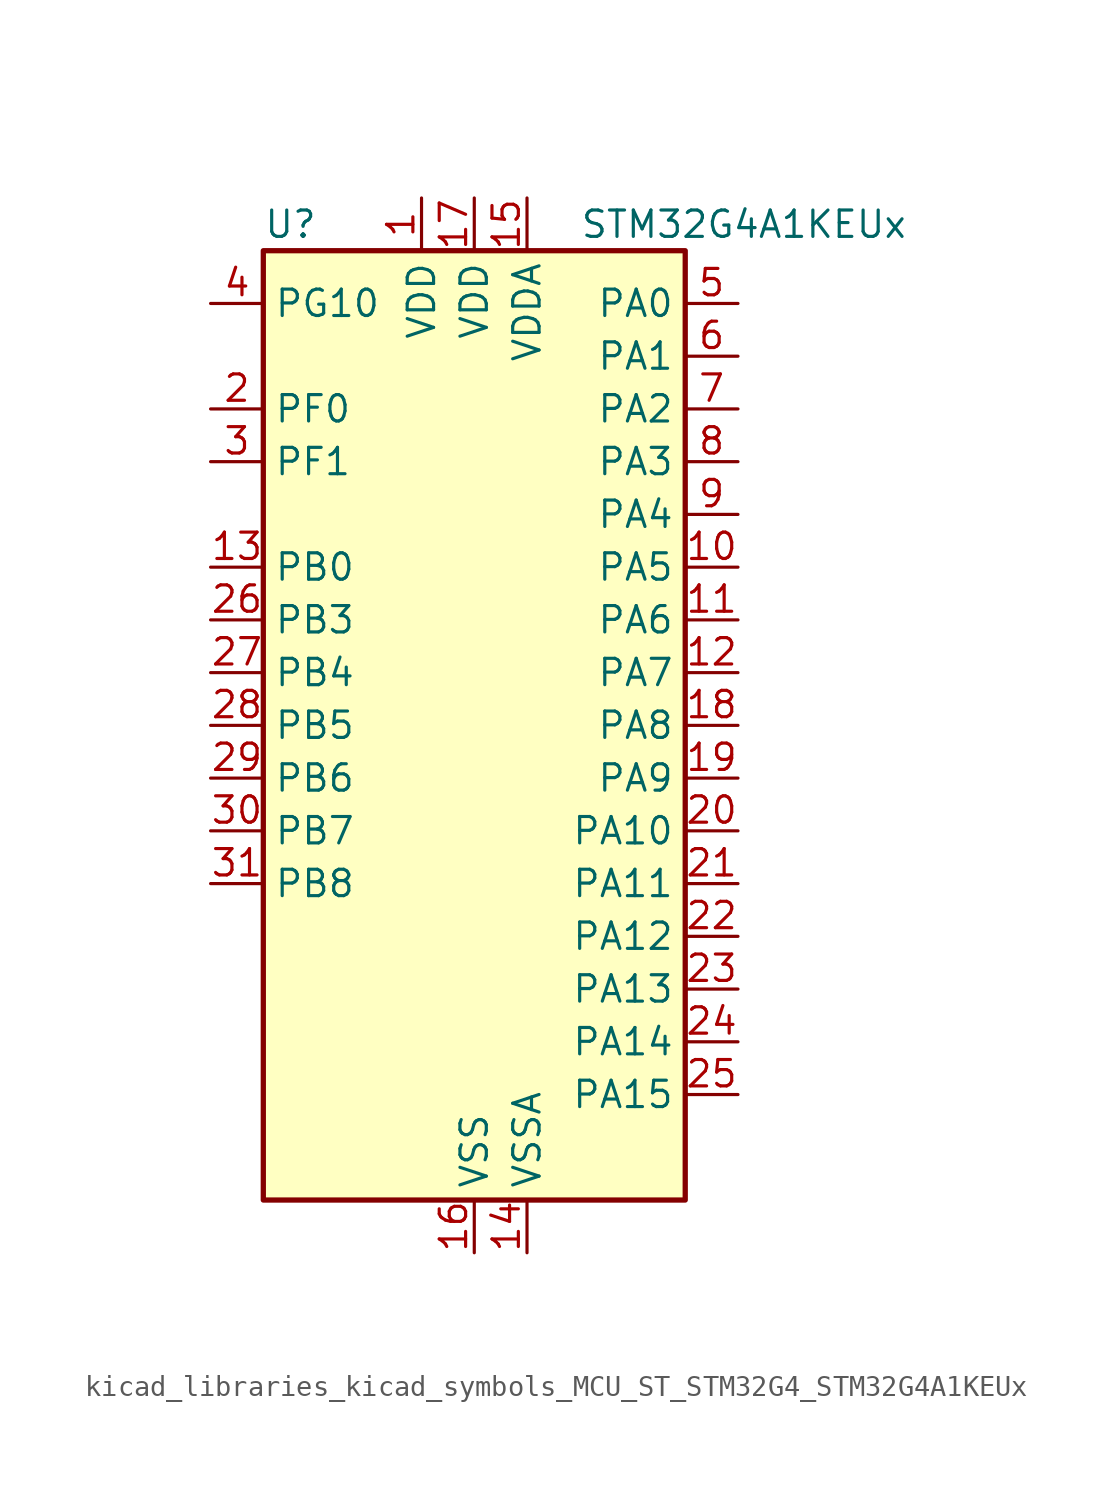
<source format=kicad_sym>
(kicad_symbol_lib
  (version 20220914)
  (generator kicad_symbol_editor)
  (symbol "kicad_libraries_kicad_symbols_MCU_ST_STM32G4_STM32G4A1KEUx"
    (property "Reference" "U"
      (at -10.16 24.13 0)
      (effects (font (size 1.27 1.27)) (justify left)))
    (property "Value" "STM32G4A1KEUx"
      (at 5.08 24.13 0)
      (effects (font (size 1.27 1.27)) (justify left)))
    (property "ki_locked" ""
      (at 0 0 0)
      (effects (font (size 1.27 1.27))))
    (symbol "kicad_libraries_kicad_symbols_MCU_ST_STM32G4_STM32G4A1KEUx_0_1"
      (rectangle (start -10.16 -22.86) (end 10.16 22.86) (stroke (width 0.254) (type default)) (fill (type background))))
    (symbol "kicad_libraries_kicad_symbols_MCU_ST_STM32G4_STM32G4A1KEUx_1_1"
      (pin power_in line (at -2.54 25.4 270) (length 2.54) (name "VDD" (effects (font (size 1.27 1.27)))) (number "1" (effects (font (size 1.27 1.27)))))
      (pin bidirectional line (at 12.7 7.62 180) (length 2.54) (name "PA5" (effects (font (size 1.27 1.27)))) (number "10" (effects (font (size 1.27 1.27)))) (alternate "ADC2_IN13" bidirectional line) (alternate "COMP2_INM" bidirectional line) (alternate "DAC1_OUT2" bidirectional line) (alternate "OPAMP2_VINM" bidirectional line) (alternate "OPAMP2_VINM0" bidirectional line) (alternate "OPAMP2_VINM_SEC" bidirectional line) (alternate "SPI1_SCK" bidirectional line) (alternate "TIM2_CH1" bidirectional line) (alternate "TIM2_ETR" bidirectional line) (alternate "UCPD1_FRSTX1" bidirectional line) (alternate "UCPD1_FRSTX2" bidirectional line))
      (pin bidirectional line (at 12.7 5.08 180) (length 2.54) (name "PA6" (effects (font (size 1.27 1.27)))) (number "11" (effects (font (size 1.27 1.27)))) (alternate "ADC2_IN3" bidirectional line) (alternate "COMP1_OUT" bidirectional line) (alternate "LPUART1_CTS" bidirectional line) (alternate "OPAMP2_VOUT" bidirectional line) (alternate "QUADSPI1_BK1_IO3" bidirectional line) (alternate "SPI1_MISO" bidirectional line) (alternate "TIM16_CH1" bidirectional line) (alternate "TIM1_BKIN" bidirectional line) (alternate "TIM3_CH1" bidirectional line) (alternate "TIM8_BKIN" bidirectional line))
      (pin bidirectional line (at 12.7 2.54 180) (length 2.54) (name "PA7" (effects (font (size 1.27 1.27)))) (number "12" (effects (font (size 1.27 1.27)))) (alternate "ADC2_IN4" bidirectional line) (alternate "COMP2_INP" bidirectional line) (alternate "COMP2_OUT" bidirectional line) (alternate "OPAMP1_VINP" bidirectional line) (alternate "OPAMP1_VINP_SEC" bidirectional line) (alternate "OPAMP2_VINP" bidirectional line) (alternate "OPAMP2_VINP_SEC" bidirectional line) (alternate "QUADSPI1_BK1_IO2" bidirectional line) (alternate "SPI1_MOSI" bidirectional line) (alternate "TIM17_CH1" bidirectional line) (alternate "TIM1_CH1N" bidirectional line) (alternate "TIM3_CH2" bidirectional line) (alternate "TIM8_CH1N" bidirectional line) (alternate "UCPD1_FRSTX1" bidirectional line) (alternate "UCPD1_FRSTX2" bidirectional line))
      (pin bidirectional line (at -12.7 7.62 0) (length 2.54) (name "PB0" (effects (font (size 1.27 1.27)))) (number "13" (effects (font (size 1.27 1.27)))) (alternate "ADC1_IN15" bidirectional line) (alternate "ADC3_IN12" bidirectional line) (alternate "COMP4_INP" bidirectional line) (alternate "OPAMP2_VINP" bidirectional line) (alternate "OPAMP2_VINP_SEC" bidirectional line) (alternate "OPAMP3_VINP" bidirectional line) (alternate "OPAMP3_VINP_SEC" bidirectional line) (alternate "QUADSPI1_BK1_IO1" bidirectional line) (alternate "TIM1_CH2N" bidirectional line) (alternate "TIM3_CH3" bidirectional line) (alternate "TIM8_CH2N" bidirectional line) (alternate "UCPD1_FRSTX1" bidirectional line) (alternate "UCPD1_FRSTX2" bidirectional line))
      (pin power_in line (at 2.54 -25.4 90) (length 2.54) (name "VSSA" (effects (font (size 1.27 1.27)))) (number "14" (effects (font (size 1.27 1.27)))))
      (pin power_in line (at 2.54 25.4 270) (length 2.54) (name "VDDA" (effects (font (size 1.27 1.27)))) (number "15" (effects (font (size 1.27 1.27)))))
      (pin power_in line (at 0 -25.4 90) (length 2.54) (name "VSS" (effects (font (size 1.27 1.27)))) (number "16" (effects (font (size 1.27 1.27)))))
      (pin power_in line (at 0 25.4 270) (length 2.54) (name "VDD" (effects (font (size 1.27 1.27)))) (number "17" (effects (font (size 1.27 1.27)))))
      (pin bidirectional line (at 12.7 0 180) (length 2.54) (name "PA8" (effects (font (size 1.27 1.27)))) (number "18" (effects (font (size 1.27 1.27)))) (alternate "I2C2_SDA" bidirectional line) (alternate "I2C3_SCL" bidirectional line) (alternate "I2S2_MCK" bidirectional line) (alternate "RCC_MCO" bidirectional line) (alternate "SAI1_CK2" bidirectional line) (alternate "SAI1_SCK_A" bidirectional line) (alternate "TIM1_CH1" bidirectional line) (alternate "TIM4_ETR" bidirectional line) (alternate "USART1_CK" bidirectional line))
      (pin bidirectional line (at 12.7 -2.54 180) (length 2.54) (name "PA9" (effects (font (size 1.27 1.27)))) (number "19" (effects (font (size 1.27 1.27)))) (alternate "DAC1_EXTI9" bidirectional line) (alternate "DAC3_EXTI9" bidirectional line) (alternate "I2C2_SCL" bidirectional line) (alternate "I2C3_SMBA" bidirectional line) (alternate "I2S3_MCK" bidirectional line) (alternate "SAI1_FS_A" bidirectional line) (alternate "TIM15_BKIN" bidirectional line) (alternate "TIM1_CH2" bidirectional line) (alternate "TIM2_CH3" bidirectional line) (alternate "UCPD1_DBCC1" bidirectional line) (alternate "USART1_TX" bidirectional line))
      (pin bidirectional line (at -12.7 15.24 0) (length 2.54) (name "PF0" (effects (font (size 1.27 1.27)))) (number "2" (effects (font (size 1.27 1.27)))) (alternate "ADC1_IN10" bidirectional line) (alternate "I2C2_SDA" bidirectional line) (alternate "I2S2_WS" bidirectional line) (alternate "RCC_OSC_IN" bidirectional line) (alternate "SPI2_NSS" bidirectional line) (alternate "TIM1_CH3N" bidirectional line))
      (pin bidirectional line (at 12.7 -5.08 180) (length 2.54) (name "PA10" (effects (font (size 1.27 1.27)))) (number "20" (effects (font (size 1.27 1.27)))) (alternate "CRS_SYNC" bidirectional line) (alternate "DAC1_EXTI10" bidirectional line) (alternate "DAC3_EXTI10" bidirectional line) (alternate "I2C2_SMBA" bidirectional line) (alternate "SAI1_D1" bidirectional line) (alternate "SAI1_SD_A" bidirectional line) (alternate "SPI2_MISO" bidirectional line) (alternate "TIM17_BKIN" bidirectional line) (alternate "TIM1_CH3" bidirectional line) (alternate "TIM2_CH4" bidirectional line) (alternate "TIM8_BKIN" bidirectional line) (alternate "UCPD1_DBCC2" bidirectional line) (alternate "USART1_RX" bidirectional line))
      (pin bidirectional line (at 12.7 -7.62 180) (length 2.54) (name "PA11" (effects (font (size 1.27 1.27)))) (number "21" (effects (font (size 1.27 1.27)))) (alternate "ADC1_EXTI11" bidirectional line) (alternate "ADC2_EXTI11" bidirectional line) (alternate "COMP1_OUT" bidirectional line) (alternate "FDCAN1_RX" bidirectional line) (alternate "I2S2_SD" bidirectional line) (alternate "SPI2_MOSI" bidirectional line) (alternate "TIM1_BKIN2" bidirectional line) (alternate "TIM1_CH1N" bidirectional line) (alternate "TIM1_CH4" bidirectional line) (alternate "TIM4_CH1" bidirectional line) (alternate "USART1_CTS" bidirectional line) (alternate "USART1_NSS" bidirectional line) (alternate "USB_DM" bidirectional line))
      (pin bidirectional line (at 12.7 -10.16 180) (length 2.54) (name "PA12" (effects (font (size 1.27 1.27)))) (number "22" (effects (font (size 1.27 1.27)))) (alternate "COMP2_OUT" bidirectional line) (alternate "FDCAN1_TX" bidirectional line) (alternate "I2S_CKIN" bidirectional line) (alternate "TIM16_CH1" bidirectional line) (alternate "TIM1_CH2N" bidirectional line) (alternate "TIM1_ETR" bidirectional line) (alternate "TIM4_CH2" bidirectional line) (alternate "USART1_DE" bidirectional line) (alternate "USART1_RTS" bidirectional line) (alternate "USB_DP" bidirectional line))
      (pin bidirectional line (at 12.7 -12.7 180) (length 2.54) (name "PA13" (effects (font (size 1.27 1.27)))) (number "23" (effects (font (size 1.27 1.27)))) (alternate "I2C1_SCL" bidirectional line) (alternate "IR_OUT" bidirectional line) (alternate "SAI1_SD_B" bidirectional line) (alternate "SYS_JTMS-SWDIO" bidirectional line) (alternate "TIM16_CH1N" bidirectional line) (alternate "TIM4_CH3" bidirectional line))
      (pin bidirectional line (at 12.7 -15.24 180) (length 2.54) (name "PA14" (effects (font (size 1.27 1.27)))) (number "24" (effects (font (size 1.27 1.27)))) (alternate "I2C1_SDA" bidirectional line) (alternate "LPTIM1_OUT" bidirectional line) (alternate "SAI1_FS_B" bidirectional line) (alternate "SYS_JTCK-SWCLK" bidirectional line) (alternate "TIM1_BKIN" bidirectional line) (alternate "TIM8_CH2" bidirectional line) (alternate "USART2_TX" bidirectional line))
      (pin bidirectional line (at 12.7 -17.78 180) (length 2.54) (name "PA15" (effects (font (size 1.27 1.27)))) (number "25" (effects (font (size 1.27 1.27)))) (alternate "ADC1_EXTI15" bidirectional line) (alternate "ADC2_EXTI15" bidirectional line) (alternate "I2C1_SCL" bidirectional line) (alternate "I2S3_WS" bidirectional line) (alternate "SPI1_NSS" bidirectional line) (alternate "SPI3_NSS" bidirectional line) (alternate "SYS_JTDI" bidirectional line) (alternate "TIM1_BKIN" bidirectional line) (alternate "TIM20_ETR" bidirectional line) (alternate "TIM2_CH1" bidirectional line) (alternate "TIM2_ETR" bidirectional line) (alternate "TIM8_CH1" bidirectional line) (alternate "USART2_RX" bidirectional line))
      (pin bidirectional line (at -12.7 5.08 0) (length 2.54) (name "PB3" (effects (font (size 1.27 1.27)))) (number "26" (effects (font (size 1.27 1.27)))) (alternate "ADC3_EXTI3" bidirectional line) (alternate "CRS_SYNC" bidirectional line) (alternate "I2S3_CK" bidirectional line) (alternate "SAI1_SCK_B" bidirectional line) (alternate "SPI1_SCK" bidirectional line) (alternate "SPI3_SCK" bidirectional line) (alternate "SYS_JTDO-SWO" bidirectional line) (alternate "TIM2_CH2" bidirectional line) (alternate "TIM3_ETR" bidirectional line) (alternate "TIM4_ETR" bidirectional line) (alternate "TIM8_CH1N" bidirectional line) (alternate "USART2_TX" bidirectional line))
      (pin bidirectional line (at -12.7 2.54 0) (length 2.54) (name "PB4" (effects (font (size 1.27 1.27)))) (number "27" (effects (font (size 1.27 1.27)))) (alternate "SAI1_MCLK_B" bidirectional line) (alternate "SPI1_MISO" bidirectional line) (alternate "SPI3_MISO" bidirectional line) (alternate "SYS_JTRST" bidirectional line) (alternate "TIM16_CH1" bidirectional line) (alternate "TIM17_BKIN" bidirectional line) (alternate "TIM3_CH1" bidirectional line) (alternate "TIM8_CH2N" bidirectional line) (alternate "UCPD1_CC2" bidirectional line) (alternate "USART2_RX" bidirectional line))
      (pin bidirectional line (at -12.7 0 0) (length 2.54) (name "PB5" (effects (font (size 1.27 1.27)))) (number "28" (effects (font (size 1.27 1.27)))) (alternate "FDCAN2_RX" bidirectional line) (alternate "I2C1_SMBA" bidirectional line) (alternate "I2C3_SDA" bidirectional line) (alternate "I2S3_SD" bidirectional line) (alternate "LPTIM1_IN1" bidirectional line) (alternate "SAI1_SD_B" bidirectional line) (alternate "SPI1_MOSI" bidirectional line) (alternate "SPI3_MOSI" bidirectional line) (alternate "TIM16_BKIN" bidirectional line) (alternate "TIM17_CH1" bidirectional line) (alternate "TIM3_CH2" bidirectional line) (alternate "TIM8_CH3N" bidirectional line) (alternate "USART2_CK" bidirectional line))
      (pin bidirectional line (at -12.7 -2.54 0) (length 2.54) (name "PB6" (effects (font (size 1.27 1.27)))) (number "29" (effects (font (size 1.27 1.27)))) (alternate "COMP4_OUT" bidirectional line) (alternate "FDCAN2_TX" bidirectional line) (alternate "LPTIM1_ETR" bidirectional line) (alternate "SAI1_FS_B" bidirectional line) (alternate "TIM16_CH1N" bidirectional line) (alternate "TIM4_CH1" bidirectional line) (alternate "TIM8_BKIN2" bidirectional line) (alternate "TIM8_CH1" bidirectional line) (alternate "TIM8_ETR" bidirectional line) (alternate "UCPD1_CC1" bidirectional line) (alternate "USART1_TX" bidirectional line))
      (pin bidirectional line (at -12.7 12.7 0) (length 2.54) (name "PF1" (effects (font (size 1.27 1.27)))) (number "3" (effects (font (size 1.27 1.27)))) (alternate "ADC2_IN10" bidirectional line) (alternate "COMP3_INM" bidirectional line) (alternate "I2S2_CK" bidirectional line) (alternate "RCC_OSC_OUT" bidirectional line) (alternate "SPI2_SCK" bidirectional line))
      (pin bidirectional line (at -12.7 -5.08 0) (length 2.54) (name "PB7" (effects (font (size 1.27 1.27)))) (number "30" (effects (font (size 1.27 1.27)))) (alternate "COMP3_OUT" bidirectional line) (alternate "I2C1_SDA" bidirectional line) (alternate "LPTIM1_IN2" bidirectional line) (alternate "SYS_PVD_IN" bidirectional line) (alternate "TIM17_CH1N" bidirectional line) (alternate "TIM3_CH4" bidirectional line) (alternate "TIM4_CH2" bidirectional line) (alternate "TIM8_BKIN" bidirectional line) (alternate "USART1_RX" bidirectional line))
      (pin bidirectional line (at -12.7 -7.62 0) (length 2.54) (name "PB8" (effects (font (size 1.27 1.27)))) (number "31" (effects (font (size 1.27 1.27)))) (alternate "COMP1_OUT" bidirectional line) (alternate "FDCAN1_RX" bidirectional line) (alternate "I2C1_SCL" bidirectional line) (alternate "SAI1_CK1" bidirectional line) (alternate "SAI1_MCLK_A" bidirectional line) (alternate "TIM16_CH1" bidirectional line) (alternate "TIM1_BKIN" bidirectional line) (alternate "TIM4_CH3" bidirectional line) (alternate "TIM8_CH2" bidirectional line))
      (pin passive line (at 0 -25.4 90) (length 2.54) hide (name "VSS" (effects (font (size 1.27 1.27)))) (number "32" (effects (font (size 1.27 1.27)))))
      (pin passive line (at 0 -25.4 90) (length 2.54) hide (name "VSS" (effects (font (size 1.27 1.27)))) (number "33" (effects (font (size 1.27 1.27)))))
      (pin bidirectional line (at -12.7 20.32 0) (length 2.54) (name "PG10" (effects (font (size 1.27 1.27)))) (number "4" (effects (font (size 1.27 1.27)))) (alternate "DAC1_EXTI10" bidirectional line) (alternate "DAC3_EXTI10" bidirectional line) (alternate "RCC_MCO" bidirectional line))
      (pin bidirectional line (at 12.7 20.32 180) (length 2.54) (name "PA0" (effects (font (size 1.27 1.27)))) (number "5" (effects (font (size 1.27 1.27)))) (alternate "ADC1_IN1" bidirectional line) (alternate "ADC2_IN1" bidirectional line) (alternate "COMP1_INM" bidirectional line) (alternate "COMP1_OUT" bidirectional line) (alternate "COMP3_INP" bidirectional line) (alternate "RTC_TAMP2" bidirectional line) (alternate "SYS_WKUP1" bidirectional line) (alternate "TIM2_CH1" bidirectional line) (alternate "TIM2_ETR" bidirectional line) (alternate "TIM8_BKIN" bidirectional line) (alternate "TIM8_ETR" bidirectional line) (alternate "USART2_CTS" bidirectional line) (alternate "USART2_NSS" bidirectional line))
      (pin bidirectional line (at 12.7 17.78 180) (length 2.54) (name "PA1" (effects (font (size 1.27 1.27)))) (number "6" (effects (font (size 1.27 1.27)))) (alternate "ADC1_IN2" bidirectional line) (alternate "ADC2_IN2" bidirectional line) (alternate "COMP1_INP" bidirectional line) (alternate "OPAMP1_VINP" bidirectional line) (alternate "OPAMP1_VINP_SEC" bidirectional line) (alternate "OPAMP3_VINP" bidirectional line) (alternate "OPAMP3_VINP_SEC" bidirectional line) (alternate "OPAMP6_VINM" bidirectional line) (alternate "OPAMP6_VINM0" bidirectional line) (alternate "OPAMP6_VINM_SEC" bidirectional line) (alternate "RTC_REFIN" bidirectional line) (alternate "TIM15_CH1N" bidirectional line) (alternate "TIM2_CH2" bidirectional line) (alternate "USART2_DE" bidirectional line) (alternate "USART2_RTS" bidirectional line))
      (pin bidirectional line (at 12.7 15.24 180) (length 2.54) (name "PA2" (effects (font (size 1.27 1.27)))) (number "7" (effects (font (size 1.27 1.27)))) (alternate "ADC1_IN3" bidirectional line) (alternate "ADC3_EXTI2" bidirectional line) (alternate "COMP2_INM" bidirectional line) (alternate "COMP2_OUT" bidirectional line) (alternate "LPUART1_TX" bidirectional line) (alternate "OPAMP1_VOUT" bidirectional line) (alternate "QUADSPI1_BK1_NCS" bidirectional line) (alternate "RCC_LSCO" bidirectional line) (alternate "SYS_WKUP4" bidirectional line) (alternate "TIM15_CH1" bidirectional line) (alternate "TIM2_CH3" bidirectional line) (alternate "UCPD1_FRSTX1" bidirectional line) (alternate "UCPD1_FRSTX2" bidirectional line) (alternate "USART2_TX" bidirectional line))
      (pin bidirectional line (at 12.7 12.7 180) (length 2.54) (name "PA3" (effects (font (size 1.27 1.27)))) (number "8" (effects (font (size 1.27 1.27)))) (alternate "ADC1_IN4" bidirectional line) (alternate "ADC3_EXTI3" bidirectional line) (alternate "COMP2_INP" bidirectional line) (alternate "LPUART1_RX" bidirectional line) (alternate "OPAMP1_VINM" bidirectional line) (alternate "OPAMP1_VINM0" bidirectional line) (alternate "OPAMP1_VINM_SEC" bidirectional line) (alternate "OPAMP1_VINP" bidirectional line) (alternate "OPAMP1_VINP_SEC" bidirectional line) (alternate "QUADSPI1_CLK" bidirectional line) (alternate "SAI1_CK1" bidirectional line) (alternate "SAI1_MCLK_A" bidirectional line) (alternate "TIM15_CH2" bidirectional line) (alternate "TIM2_CH4" bidirectional line) (alternate "USART2_RX" bidirectional line))
      (pin bidirectional line (at 12.7 10.16 180) (length 2.54) (name "PA4" (effects (font (size 1.27 1.27)))) (number "9" (effects (font (size 1.27 1.27)))) (alternate "ADC2_IN17" bidirectional line) (alternate "COMP1_INM" bidirectional line) (alternate "DAC1_OUT1" bidirectional line) (alternate "I2S3_WS" bidirectional line) (alternate "SAI1_FS_B" bidirectional line) (alternate "SPI1_NSS" bidirectional line) (alternate "SPI3_NSS" bidirectional line) (alternate "TIM3_CH2" bidirectional line) (alternate "USART2_CK" bidirectional line)))))
</source>
